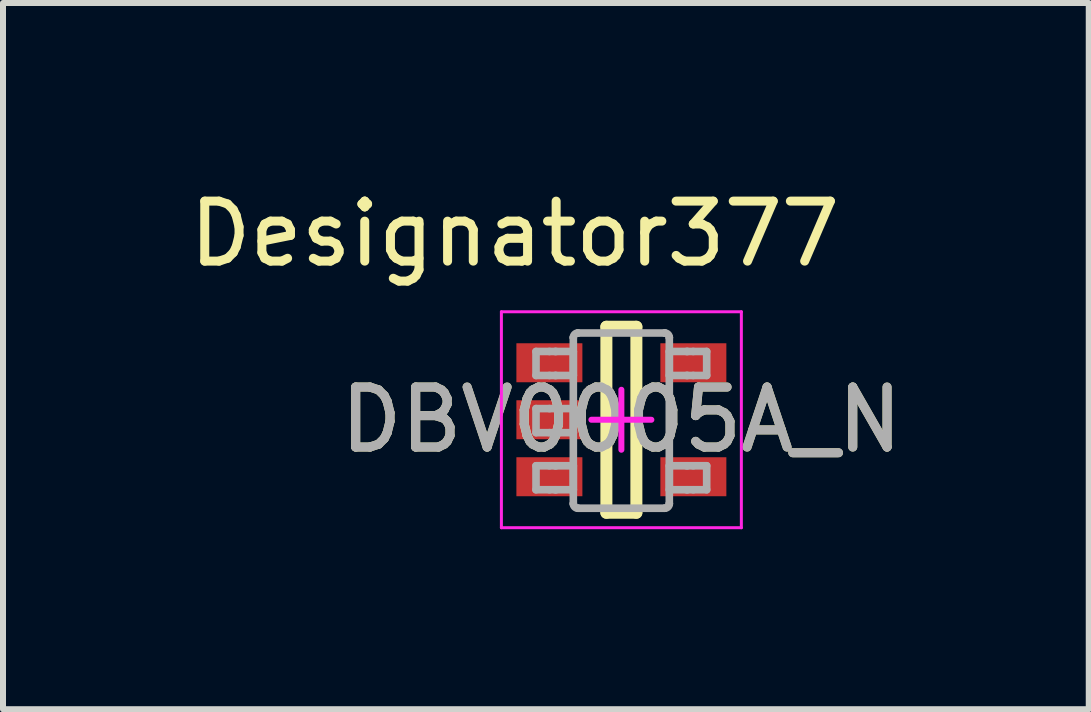
<source format=kicad_pcb>
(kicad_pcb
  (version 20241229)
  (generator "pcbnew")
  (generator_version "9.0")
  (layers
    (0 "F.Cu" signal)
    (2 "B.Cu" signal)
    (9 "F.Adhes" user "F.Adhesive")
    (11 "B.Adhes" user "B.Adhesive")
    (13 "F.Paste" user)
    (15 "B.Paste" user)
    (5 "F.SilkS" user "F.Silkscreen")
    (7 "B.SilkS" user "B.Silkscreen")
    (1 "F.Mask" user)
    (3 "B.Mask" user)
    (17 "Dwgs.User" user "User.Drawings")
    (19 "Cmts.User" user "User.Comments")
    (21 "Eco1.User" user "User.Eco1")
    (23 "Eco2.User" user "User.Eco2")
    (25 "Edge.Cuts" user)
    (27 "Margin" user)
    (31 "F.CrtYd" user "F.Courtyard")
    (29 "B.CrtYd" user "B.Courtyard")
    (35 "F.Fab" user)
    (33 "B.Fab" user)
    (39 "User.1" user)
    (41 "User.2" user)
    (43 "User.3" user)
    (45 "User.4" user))
  (footprint "DBV0005A_N"
    (layer "F.Cu")
    (at 7.308 3.947)
    (property "Reference" "DBV0005A_N" (at 0 0 0) (unlocked yes) (layer "F.SilkS") (effects (font (size 1 1) (thickness 0.15))))
    (attr smd)
    (fp_line (start -0.25 -1.55) (end 0.25 -1.55) (stroke (width 0.2) (type solid)) (layer "F.SilkS"))
    (fp_line (start -0.25 1.55) (end -0.25 -1.55) (stroke (width 0.2) (type solid)) (layer "F.SilkS"))
    (fp_line (start -0.25 1.55) (end 0.25 1.55) (stroke (width 0.2) (type solid)) (layer "F.SilkS"))
    (fp_line (start 0.25 1.55) (end 0.25 -1.55) (stroke (width 0.2) (type solid)) (layer "F.SilkS"))
    (fp_line (start -2 -1.8) (end 2 -1.8) (stroke (width 0.05) (type solid)) (layer "F.CrtYd"))
    (fp_line (start -2 1.8) (end -2 -1.8) (stroke (width 0.05) (type solid)) (layer "F.CrtYd"))
    (fp_line (start -2 1.8) (end 2 1.8) (stroke (width 0.05) (type solid)) (layer "F.CrtYd"))
    (fp_line (start -0.5 0) (end 0.5 0) (stroke (width 0.1) (type solid)) (layer "F.CrtYd"))
    (fp_line (start 0 0.5) (end 0 -0.5) (stroke (width 0.1) (type solid)) (layer "F.CrtYd"))
    (fp_line (start 2 1.8) (end 2 -1.8) (stroke (width 0.05) (type solid)) (layer "F.CrtYd"))
    (fp_line (start -1.423 -1.138) (end -1.199 -1.138) (stroke (width 0.127) (type solid)) (layer "F.Fab"))
    (fp_line (start -1.423 -0.738) (end -1.423 -1.138) (stroke (width 0.127) (type solid)) (layer "F.Fab"))
    (fp_line (start -1.423 -0.738) (end -1.199 -0.738) (stroke (width 0.127) (type solid)) (layer "F.Fab"))
    (fp_line (start -1.423 -0.186) (end -1.199 -0.186) (stroke (width 0.127) (type solid)) (layer "F.Fab"))
    (fp_line (start -1.423 0.215) (end -1.423 -0.186) (stroke (width 0.127) (type solid)) (layer "F.Fab"))
    (fp_line (start -1.423 0.215) (end -1.199 0.215) (stroke (width 0.127) (type solid)) (layer "F.Fab"))
    (fp_line (start -1.423 0.767) (end -1.199 0.767) (stroke (width 0.127) (type solid)) (layer "F.Fab"))
    (fp_line (start -1.423 1.167) (end -1.423 0.767) (stroke (width 0.127) (type solid)) (layer "F.Fab"))
    (fp_line (start -1.423 1.167) (end -1.199 1.167) (stroke (width 0.127) (type solid)) (layer "F.Fab"))
    (fp_line (start -1.199 -1.138) (end -1.105 -1.138) (stroke (width 0.127) (type solid)) (layer "F.Fab"))
    (fp_line (start -1.199 -0.738) (end -1.105 -0.738) (stroke (width 0.127) (type solid)) (layer "F.Fab"))
    (fp_line (start -1.199 -0.186) (end -1.105 -0.186) (stroke (width 0.127) (type solid)) (layer "F.Fab"))
    (fp_line (start -1.199 0.215) (end -1.105 0.215) (stroke (width 0.127) (type solid)) (layer "F.Fab"))
    (fp_line (start -1.199 0.767) (end -1.105 0.767) (stroke (width 0.127) (type solid)) (layer "F.Fab"))
    (fp_line (start -1.199 1.167) (end -1.105 1.167) (stroke (width 0.127) (type solid)) (layer "F.Fab"))
    (fp_line (start -1.105 -1.138) (end -1.088 -1.138) (stroke (width 0.127) (type solid)) (layer "F.Fab"))
    (fp_line (start -1.105 -0.738) (end -1.088 -0.738) (stroke (width 0.127) (type solid)) (layer "F.Fab"))
    (fp_line (start -1.105 -0.186) (end -1.088 -0.186) (stroke (width 0.127) (type solid)) (layer "F.Fab"))
    (fp_line (start -1.105 0.215) (end -1.088 0.215) (stroke (width 0.127) (type solid)) (layer "F.Fab"))
    (fp_line (start -1.105 0.767) (end -1.088 0.767) (stroke (width 0.127) (type solid)) (layer "F.Fab"))
    (fp_line (start -1.105 1.167) (end -1.088 1.167) (stroke (width 0.127) (type solid)) (layer "F.Fab"))
    (fp_line (start -1.088 -1.138) (end -0.835 -1.138) (stroke (width 0.127) (type solid)) (layer "F.Fab"))
    (fp_line (start -1.088 -0.738) (end -0.835 -0.738) (stroke (width 0.127) (type solid)) (layer "F.Fab"))
    (fp_line (start -1.088 -0.186) (end -0.835 -0.186) (stroke (width 0.127) (type solid)) (layer "F.Fab"))
    (fp_line (start -1.088 0.215) (end -0.835 0.215) (stroke (width 0.127) (type solid)) (layer "F.Fab"))
    (fp_line (start -1.088 0.767) (end -0.835 0.767) (stroke (width 0.127) (type solid)) (layer "F.Fab"))
    (fp_line (start -1.088 1.167) (end -0.835 1.167) (stroke (width 0.127) (type solid)) (layer "F.Fab"))
    (fp_line (start -0.835 -1.138) (end -0.801 -1.138) (stroke (width 0.127) (type solid)) (layer "F.Fab"))
    (fp_line (start -0.835 -0.738) (end -0.801 -0.738) (stroke (width 0.127) (type solid)) (layer "F.Fab"))
    (fp_line (start -0.835 -0.186) (end -0.801 -0.186) (stroke (width 0.127) (type solid)) (layer "F.Fab"))
    (fp_line (start -0.835 0.215) (end -0.801 0.215) (stroke (width 0.127) (type solid)) (layer "F.Fab"))
    (fp_line (start -0.835 0.767) (end -0.801 0.767) (stroke (width 0.127) (type solid)) (layer "F.Fab"))
    (fp_line (start -0.835 1.167) (end -0.801 1.167) (stroke (width 0.127) (type solid)) (layer "F.Fab"))
    (fp_line (start -0.801 -1.37) (end -0.801 -1.371) (stroke (width 0.127) (type solid)) (layer "F.Fab"))
    (fp_line (start -0.801 -0.738) (end -0.801 -1.138) (stroke (width 0.127) (type solid)) (layer "F.Fab"))
    (fp_line (start -0.801 0.215) (end -0.801 -0.186) (stroke (width 0.127) (type solid)) (layer "F.Fab"))
    (fp_line (start -0.801 1.167) (end -0.801 0.767) (stroke (width 0.127) (type solid)) (layer "F.Fab"))
    (fp_line (start -0.801 1.399) (end -0.801 -1.37) (stroke (width 0.127) (type solid)) (layer "F.Fab"))
    (fp_line (start -0.801 1.4) (end -0.801 1.399) (stroke (width 0.127) (type solid)) (layer "F.Fab"))
    (fp_line (start -0.725 -1.446) (end -0.725 -1.446) (stroke (width 0.127) (type solid)) (layer "F.Fab"))
    (fp_line (start -0.725 1.475) (end -0.725 1.475) (stroke (width 0.127) (type solid)) (layer "F.Fab"))
    (fp_line (start -0.725 -1.446) (end 0.723 -1.446) (stroke (width 0.127) (type solid)) (layer "F.Fab"))
    (fp_line (start -0.725 1.475) (end 0.723 1.475) (stroke (width 0.127) (type solid)) (layer "F.Fab"))
    (fp_line (start 0.723 -1.446) (end 0.724 -1.446) (stroke (width 0.127) (type solid)) (layer "F.Fab"))
    (fp_line (start 0.723 1.475) (end 0.724 1.475) (stroke (width 0.127) (type solid)) (layer "F.Fab"))
    (fp_line (start 0.799 -1.37) (end 0.799 -1.371) (stroke (width 0.127) (type solid)) (layer "F.Fab"))
    (fp_line (start 0.799 -1.138) (end 0.834 -1.138) (stroke (width 0.127) (type solid)) (layer "F.Fab"))
    (fp_line (start 0.799 -0.738) (end 0.799 -1.138) (stroke (width 0.127) (type solid)) (layer "F.Fab"))
    (fp_line (start 0.799 -0.738) (end 0.834 -0.738) (stroke (width 0.127) (type solid)) (layer "F.Fab"))
    (fp_line (start 0.799 0.767) (end 0.834 0.767) (stroke (width 0.127) (type solid)) (layer "F.Fab"))
    (fp_line (start 0.799 1.167) (end 0.799 0.767) (stroke (width 0.127) (type solid)) (layer "F.Fab"))
    (fp_line (start 0.799 1.167) (end 0.834 1.167) (stroke (width 0.127) (type solid)) (layer "F.Fab"))
    (fp_line (start 0.799 1.399) (end 0.799 -1.37) (stroke (width 0.127) (type solid)) (layer "F.Fab"))
    (fp_line (start 0.799 1.4) (end 0.799 1.399) (stroke (width 0.127) (type solid)) (layer "F.Fab"))
    (fp_line (start 0.834 -1.138) (end 1.087 -1.138) (stroke (width 0.127) (type solid)) (layer "F.Fab"))
    (fp_line (start 0.834 -0.738) (end 1.087 -0.738) (stroke (width 0.127) (type solid)) (layer "F.Fab"))
    (fp_line (start 0.834 0.767) (end 1.087 0.767) (stroke (width 0.127) (type solid)) (layer "F.Fab"))
    (fp_line (start 0.834 1.167) (end 1.087 1.167) (stroke (width 0.127) (type solid)) (layer "F.Fab"))
    (fp_line (start 1.087 -1.138) (end 1.103 -1.138) (stroke (width 0.127) (type solid)) (layer "F.Fab"))
    (fp_line (start 1.087 -0.738) (end 1.103 -0.738) (stroke (width 0.127) (type solid)) (layer "F.Fab"))
    (fp_line (start 1.087 0.767) (end 1.103 0.767) (stroke (width 0.127) (type solid)) (layer "F.Fab"))
    (fp_line (start 1.087 1.167) (end 1.103 1.167) (stroke (width 0.127) (type solid)) (layer "F.Fab"))
    (fp_line (start 1.103 -1.138) (end 1.198 -1.138) (stroke (width 0.127) (type solid)) (layer "F.Fab"))
    (fp_line (start 1.103 -0.738) (end 1.198 -0.738) (stroke (width 0.127) (type solid)) (layer "F.Fab"))
    (fp_line (start 1.103 0.767) (end 1.198 0.767) (stroke (width 0.127) (type solid)) (layer "F.Fab"))
    (fp_line (start 1.103 1.167) (end 1.198 1.167) (stroke (width 0.127) (type solid)) (layer "F.Fab"))
    (fp_line (start 1.198 -1.138) (end 1.422 -1.138) (stroke (width 0.127) (type solid)) (layer "F.Fab"))
    (fp_line (start 1.198 -0.738) (end 1.422 -0.738) (stroke (width 0.127) (type solid)) (layer "F.Fab"))
    (fp_line (start 1.198 0.767) (end 1.422 0.767) (stroke (width 0.127) (type solid)) (layer "F.Fab"))
    (fp_line (start 1.198 1.167) (end 1.422 1.167) (stroke (width 0.127) (type solid)) (layer "F.Fab"))
    (fp_line (start 1.422 -0.738) (end 1.422 -1.138) (stroke (width 0.127) (type solid)) (layer "F.Fab"))
    (fp_line (start 1.422 1.167) (end 1.422 0.767) (stroke (width 0.127) (type solid)) (layer "F.Fab"))
    (fp_arc (start -0.80074 -1.37084) (mid -0.778218 -1.423887) (end -0.724999 -1.445998) (stroke (width 0.127) (type solid)) (layer "F.Fab"))
    (fp_arc (start -0.724999 1.475) (mid -0.778213 1.452901) (end -0.80074 1.399867) (stroke (width 0.127) (type solid)) (layer "F.Fab"))
    (fp_arc (start 0.723714 -1.445998) (mid 0.776933 -1.423887) (end 0.799455 -1.37084) (stroke (width 0.127) (type solid)) (layer "F.Fab"))
    (fp_arc (start 0.799455 1.399868) (mid 0.776927 1.452901) (end 0.723713 1.475) (stroke (width 0.127) (type solid)) (layer "F.Fab"))
    (fp_text user "Designator377" (at -1.778 -3.099 0) (unlocked yes) (layer "F.SilkS") (effects (font (size 1 1) (thickness 0.15))))
    (fp_text user "${REFERENCE}" (at 0 0 0) (unlocked yes) (layer "F.Fab") (effects (font (size 1 1) (thickness 0.15))))
    (pad "1" smd rect (at -1.2 -0.95 90) (size 0.65 1.1) (layers "F.Cu" "F.Mask" "F.Paste"))
    (pad "2" smd rect (at -1.2 0 90) (size 0.65 1.1) (layers "F.Cu" "F.Mask" "F.Paste"))
    (pad "3" smd rect (at -1.2 0.95 90) (size 0.65 1.1) (layers "F.Cu" "F.Mask" "F.Paste"))
    (pad "4" smd rect (at 1.2 0.95 90) (size 0.65 1.1) (layers "F.Cu" "F.Mask" "F.Paste"))
    (pad "5" smd rect (at 1.2 -0.95 90) (size 0.65 1.1) (layers "F.Cu" "F.Mask" "F.Paste")))
  (gr_rect
    (start -3 -3)
    (end 15.099 8.772)
    (stroke (width 0.1) (type default))
    (fill no)
    (layer "Edge.Cuts")))
</source>
